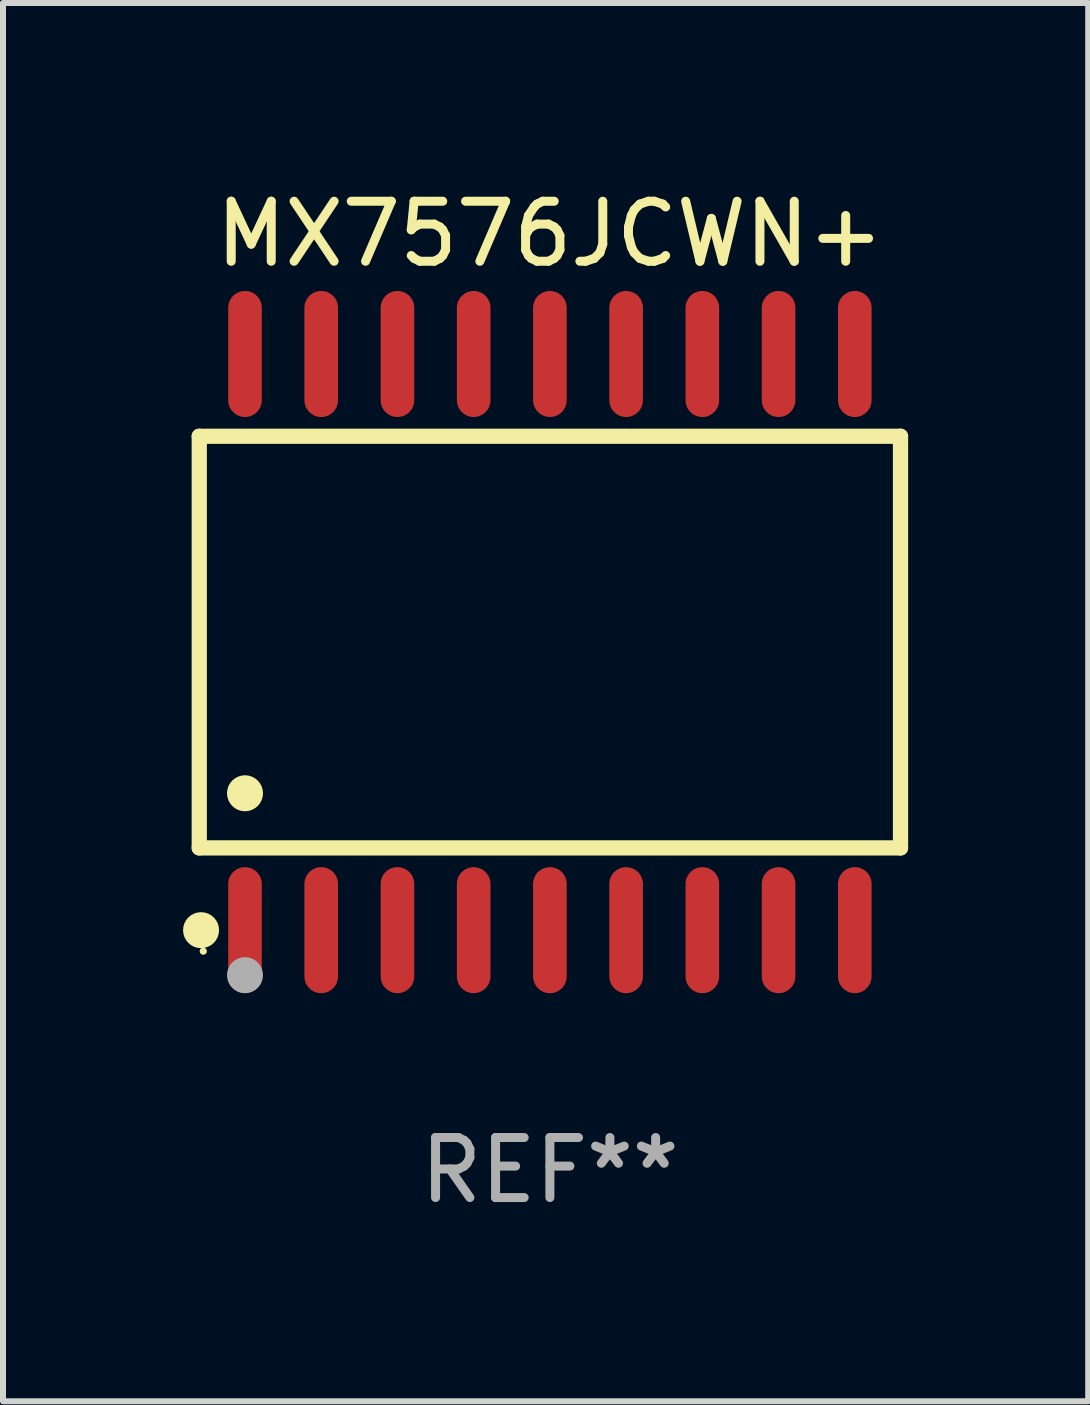
<source format=kicad_pcb>
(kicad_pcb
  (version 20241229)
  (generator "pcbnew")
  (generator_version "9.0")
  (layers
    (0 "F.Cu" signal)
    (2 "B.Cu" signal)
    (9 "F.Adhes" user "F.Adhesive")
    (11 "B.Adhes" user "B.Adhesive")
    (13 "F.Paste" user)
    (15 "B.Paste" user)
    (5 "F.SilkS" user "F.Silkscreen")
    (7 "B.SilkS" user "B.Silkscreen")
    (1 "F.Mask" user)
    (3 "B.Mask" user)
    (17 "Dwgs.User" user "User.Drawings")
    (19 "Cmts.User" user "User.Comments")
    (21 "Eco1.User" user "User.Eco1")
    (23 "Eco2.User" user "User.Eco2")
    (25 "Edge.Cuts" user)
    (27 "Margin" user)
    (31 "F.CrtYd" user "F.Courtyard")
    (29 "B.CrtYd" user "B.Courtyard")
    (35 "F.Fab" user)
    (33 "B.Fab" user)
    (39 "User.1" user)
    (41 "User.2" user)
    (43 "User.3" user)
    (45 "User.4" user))
  (footprint "MX7576JCWN+"
    (layer "F.Cu")
    (at 6.112 7.648)
    (property "Reference" "MX7576JCWN+" (at 0 -6.8 0) (layer "F.SilkS") (effects (font (size 1 1) (thickness 0.15))))
    (attr through_hole)
    (fp_line (start -5.842 -3.429) (end -5.842 3.429) (stroke (width 0.254) (type solid)) (layer "F.SilkS"))
    (fp_line (start -5.842 3.429) (end 5.842 3.429) (stroke (width 0.254) (type solid)) (layer "F.SilkS"))
    (fp_line (start 5.842 -3.429) (end -5.842 -3.429) (stroke (width 0.254) (type solid)) (layer "F.SilkS"))
    (fp_line (start 5.842 3.429) (end 5.842 -3.429) (stroke (width 0.254) (type solid)) (layer "F.SilkS"))
    (fp_circle (center -5.812 4.8) (end -5.662 4.8) (stroke (width 0.3) (type solid)) (fill no) (layer "F.SilkS"))
    (fp_circle (center -5.775 5.15) (end -5.745 5.15) (stroke (width 0.06) (type solid)) (fill no) (layer "F.SilkS"))
    (fp_circle (center -5.08 2.519) (end -4.93 2.519) (stroke (width 0.3) (type solid)) (fill no) (layer "F.SilkS"))
    (fp_circle (center -5.08 5.55) (end -4.93 5.55) (stroke (width 0.3) (type solid)) (fill no) (layer "F.Fab"))
    (fp_text user "REF**" (at 0 8.8 0) (layer "F.Fab") (effects (font (size 1 1) (thickness 0.15))))
    (pad "1" smd oval (at -5.08 4.8) (size 0.56 2.1) (layers "F.Cu" "F.Mask" "F.Paste"))
    (pad "2" smd oval (at -3.81 4.8) (size 0.56 2.1) (layers "F.Cu" "F.Mask" "F.Paste"))
    (pad "3" smd oval (at -2.54 4.8) (size 0.56 2.1) (layers "F.Cu" "F.Mask" "F.Paste"))
    (pad "4" smd oval (at -1.27 4.8) (size 0.56 2.1) (layers "F.Cu" "F.Mask" "F.Paste"))
    (pad "5" smd oval (at 0 4.8) (size 0.56 2.1) (layers "F.Cu" "F.Mask" "F.Paste"))
    (pad "6" smd oval (at 1.27 4.8) (size 0.56 2.1) (layers "F.Cu" "F.Mask" "F.Paste"))
    (pad "7" smd oval (at 2.54 4.8) (size 0.56 2.1) (layers "F.Cu" "F.Mask" "F.Paste"))
    (pad "8" smd oval (at 3.81 4.8) (size 0.56 2.1) (layers "F.Cu" "F.Mask" "F.Paste"))
    (pad "9" smd oval (at 5.08 4.8) (size 0.56 2.1) (layers "F.Cu" "F.Mask" "F.Paste"))
    (pad "10" smd oval (at 5.08 -4.8) (size 0.56 2.1) (layers "F.Cu" "F.Mask" "F.Paste"))
    (pad "11" smd oval (at 3.81 -4.8) (size 0.56 2.1) (layers "F.Cu" "F.Mask" "F.Paste"))
    (pad "12" smd oval (at 2.54 -4.8) (size 0.56 2.1) (layers "F.Cu" "F.Mask" "F.Paste"))
    (pad "13" smd oval (at 1.27 -4.8) (size 0.56 2.1) (layers "F.Cu" "F.Mask" "F.Paste"))
    (pad "14" smd oval (at 0 -4.8) (size 0.56 2.1) (layers "F.Cu" "F.Mask" "F.Paste"))
    (pad "15" smd oval (at -1.27 -4.8) (size 0.56 2.1) (layers "F.Cu" "F.Mask" "F.Paste"))
    (pad "16" smd oval (at -2.54 -4.8) (size 0.56 2.1) (layers "F.Cu" "F.Mask" "F.Paste"))
    (pad "17" smd oval (at -3.81 -4.8) (size 0.56 2.1) (layers "F.Cu" "F.Mask" "F.Paste"))
    (pad "18" smd oval (at -5.08 -4.8) (size 0.56 2.1) (layers "F.Cu" "F.Mask" "F.Paste")))
  (gr_rect
    (start -3 -3)
    (end 15.081 20.297)
    (stroke (width 0.1) (type default))
    (fill no)
    (layer "Edge.Cuts")))
</source>
